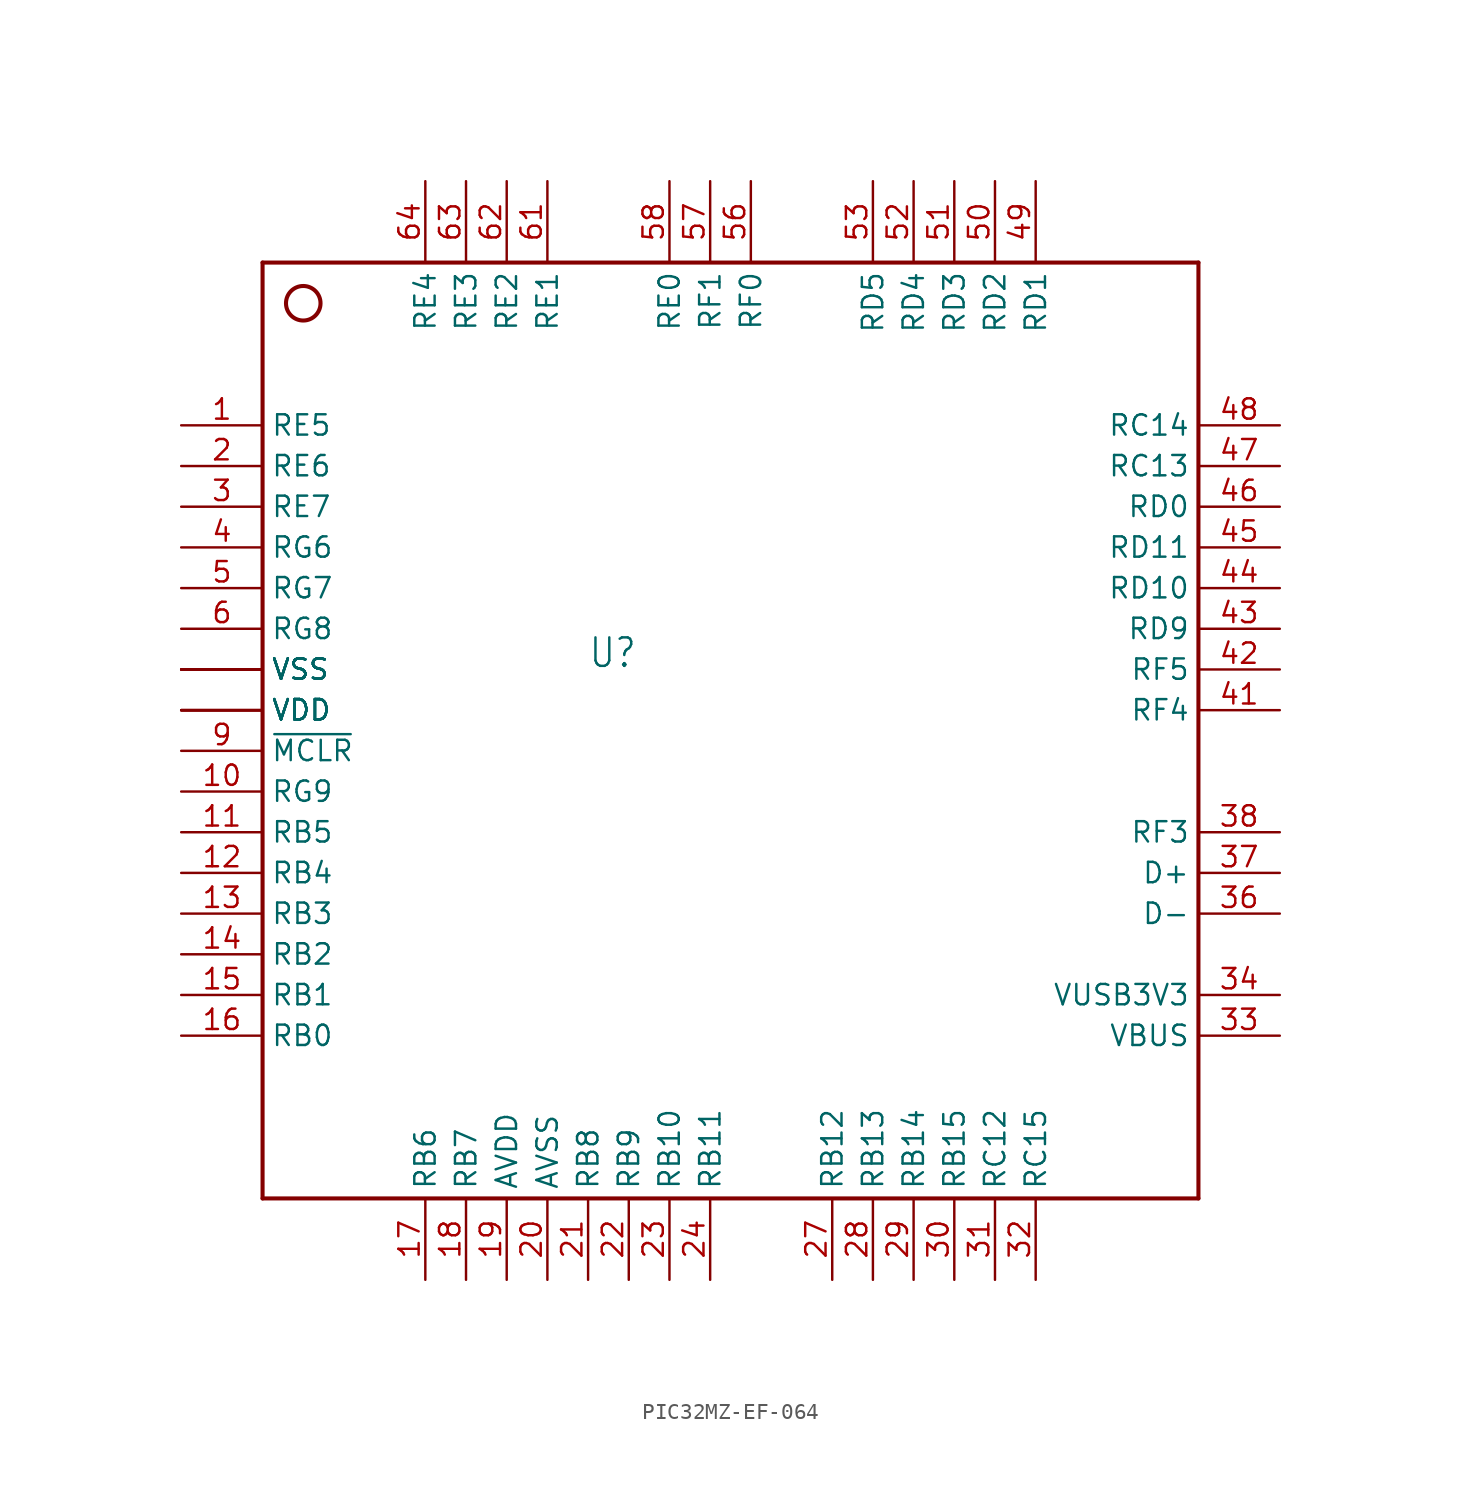
<source format=kicad_sym>
(kicad_symbol_lib
  (version 20231120)
  (generator "kicad_symbol_editor")
  (generator_version "8.0")
  (symbol "PIC32MZ-EF-064"
    (property "Reference" "U"
      (at -7.62 2.54 0)
      (effects (font (size 1.778 1.511)) (justify left bottom)))
    (property "Value" ""
      (at -7.62 -5.08 0)
      (effects (font (size 1.778 1.511)) (justify left bottom)))
    (property "ki_locked" ""
      (at 0 0 0)
      (effects (font (size 1.27 1.27))))
    (symbol "PIC32MZ-EF-064_1_0"
      (circle (center -25.4 25.4) (radius 1.078) (stroke (width 0.254) (type solid)) (fill (type none)))
      (polyline (pts (xy -27.94 -30.48) (xy 30.48 -30.48)) (stroke (width 0.254) (type solid)) (fill (type none)))
      (polyline (pts (xy -27.94 27.94) (xy -27.94 -30.48)) (stroke (width 0.254) (type solid)) (fill (type none)))
      (polyline (pts (xy 30.48 -30.48) (xy 30.48 27.94)) (stroke (width 0.254) (type solid)) (fill (type none)))
      (polyline (pts (xy 30.48 27.94) (xy -27.94 27.94)) (stroke (width 0.254) (type solid)) (fill (type none)))
      (pin bidirectional line (at -33.02 17.78 0) (length 5.08) (name "RE5" (effects (font (size 1.27 1.27)))) (number "1" (effects (font (size 1.27 1.27)))))
      (pin bidirectional line (at -33.02 -5.08 0) (length 5.08) (name "RG9" (effects (font (size 1.27 1.27)))) (number "10" (effects (font (size 1.27 1.27)))))
      (pin bidirectional line (at -33.02 -7.62 0) (length 5.08) (name "RB5" (effects (font (size 1.27 1.27)))) (number "11" (effects (font (size 1.27 1.27)))))
      (pin bidirectional line (at -33.02 -10.16 0) (length 5.08) (name "RB4" (effects (font (size 1.27 1.27)))) (number "12" (effects (font (size 1.27 1.27)))))
      (pin bidirectional line (at -33.02 -12.7 0) (length 5.08) (name "RB3" (effects (font (size 1.27 1.27)))) (number "13" (effects (font (size 1.27 1.27)))))
      (pin bidirectional line (at -33.02 -15.24 0) (length 5.08) (name "RB2" (effects (font (size 1.27 1.27)))) (number "14" (effects (font (size 1.27 1.27)))))
      (pin bidirectional line (at -33.02 -17.78 0) (length 5.08) (name "RB1" (effects (font (size 1.27 1.27)))) (number "15" (effects (font (size 1.27 1.27)))))
      (pin bidirectional line (at -33.02 -20.32 0) (length 5.08) (name "RB0" (effects (font (size 1.27 1.27)))) (number "16" (effects (font (size 1.27 1.27)))))
      (pin bidirectional line (at -17.78 -35.56 90) (length 5.08) (name "RB6" (effects (font (size 1.27 1.27)))) (number "17" (effects (font (size 1.27 1.27)))))
      (pin bidirectional line (at -15.24 -35.56 90) (length 5.08) (name "RB7" (effects (font (size 1.27 1.27)))) (number "18" (effects (font (size 1.27 1.27)))))
      (pin bidirectional line (at -12.7 -35.56 90) (length 5.08) (name "AVDD" (effects (font (size 1.27 1.27)))) (number "19" (effects (font (size 1.27 1.27)))))
      (pin bidirectional line (at -33.02 15.24 0) (length 5.08) (name "RE6" (effects (font (size 1.27 1.27)))) (number "2" (effects (font (size 1.27 1.27)))))
      (pin bidirectional line (at -10.16 -35.56 90) (length 5.08) (name "AVSS" (effects (font (size 1.27 1.27)))) (number "20" (effects (font (size 1.27 1.27)))))
      (pin bidirectional line (at -7.62 -35.56 90) (length 5.08) (name "RB8" (effects (font (size 1.27 1.27)))) (number "21" (effects (font (size 1.27 1.27)))))
      (pin bidirectional line (at -5.08 -35.56 90) (length 5.08) (name "RB9" (effects (font (size 1.27 1.27)))) (number "22" (effects (font (size 1.27 1.27)))))
      (pin bidirectional line (at -2.54 -35.56 90) (length 5.08) (name "RB10" (effects (font (size 1.27 1.27)))) (number "23" (effects (font (size 1.27 1.27)))))
      (pin bidirectional line (at 0 -35.56 90) (length 5.08) (name "RB11" (effects (font (size 1.27 1.27)))) (number "24" (effects (font (size 1.27 1.27)))))
      (pin bidirectional line (at -33.02 2.54 0) (length 5.08) (name "VSS" (effects (font (size 1.27 1.27)))) (number "25" (effects (font (size 0 0)))))
      (pin bidirectional line (at -33.02 0 0) (length 5.08) (name "VDD" (effects (font (size 1.27 1.27)))) (number "26" (effects (font (size 0 0)))))
      (pin bidirectional line (at 7.62 -35.56 90) (length 5.08) (name "RB12" (effects (font (size 1.27 1.27)))) (number "27" (effects (font (size 1.27 1.27)))))
      (pin bidirectional line (at 10.16 -35.56 90) (length 5.08) (name "RB13" (effects (font (size 1.27 1.27)))) (number "28" (effects (font (size 1.27 1.27)))))
      (pin bidirectional line (at 12.7 -35.56 90) (length 5.08) (name "RB14" (effects (font (size 1.27 1.27)))) (number "29" (effects (font (size 1.27 1.27)))))
      (pin bidirectional line (at -33.02 12.7 0) (length 5.08) (name "RE7" (effects (font (size 1.27 1.27)))) (number "3" (effects (font (size 1.27 1.27)))))
      (pin bidirectional line (at 15.24 -35.56 90) (length 5.08) (name "RB15" (effects (font (size 1.27 1.27)))) (number "30" (effects (font (size 1.27 1.27)))))
      (pin bidirectional line (at 17.78 -35.56 90) (length 5.08) (name "RC12" (effects (font (size 1.27 1.27)))) (number "31" (effects (font (size 1.27 1.27)))))
      (pin bidirectional line (at 20.32 -35.56 90) (length 5.08) (name "RC15" (effects (font (size 1.27 1.27)))) (number "32" (effects (font (size 1.27 1.27)))))
      (pin bidirectional line (at 35.56 -20.32 180) (length 5.08) (name "VBUS" (effects (font (size 1.27 1.27)))) (number "33" (effects (font (size 1.27 1.27)))))
      (pin bidirectional line (at 35.56 -17.78 180) (length 5.08) (name "VUSB3V3" (effects (font (size 1.27 1.27)))) (number "34" (effects (font (size 1.27 1.27)))))
      (pin bidirectional line (at -33.02 2.54 0) (length 5.08) (name "VSS" (effects (font (size 1.27 1.27)))) (number "35" (effects (font (size 0 0)))))
      (pin bidirectional line (at 35.56 -12.7 180) (length 5.08) (name "D-" (effects (font (size 1.27 1.27)))) (number "36" (effects (font (size 1.27 1.27)))))
      (pin bidirectional line (at 35.56 -10.16 180) (length 5.08) (name "D+" (effects (font (size 1.27 1.27)))) (number "37" (effects (font (size 1.27 1.27)))))
      (pin bidirectional line (at 35.56 -7.62 180) (length 5.08) (name "RF3" (effects (font (size 1.27 1.27)))) (number "38" (effects (font (size 1.27 1.27)))))
      (pin bidirectional line (at -33.02 0 0) (length 5.08) (name "VDD" (effects (font (size 1.27 1.27)))) (number "39" (effects (font (size 0 0)))))
      (pin bidirectional line (at -33.02 10.16 0) (length 5.08) (name "RG6" (effects (font (size 1.27 1.27)))) (number "4" (effects (font (size 1.27 1.27)))))
      (pin bidirectional line (at -33.02 2.54 0) (length 5.08) (name "VSS" (effects (font (size 1.27 1.27)))) (number "40" (effects (font (size 0 0)))))
      (pin bidirectional line (at 35.56 0 180) (length 5.08) (name "RF4" (effects (font (size 1.27 1.27)))) (number "41" (effects (font (size 1.27 1.27)))))
      (pin bidirectional line (at 35.56 2.54 180) (length 5.08) (name "RF5" (effects (font (size 1.27 1.27)))) (number "42" (effects (font (size 1.27 1.27)))))
      (pin bidirectional line (at 35.56 5.08 180) (length 5.08) (name "RD9" (effects (font (size 1.27 1.27)))) (number "43" (effects (font (size 1.27 1.27)))))
      (pin bidirectional line (at 35.56 7.62 180) (length 5.08) (name "RD10" (effects (font (size 1.27 1.27)))) (number "44" (effects (font (size 1.27 1.27)))))
      (pin bidirectional line (at 35.56 10.16 180) (length 5.08) (name "RD11" (effects (font (size 1.27 1.27)))) (number "45" (effects (font (size 1.27 1.27)))))
      (pin bidirectional line (at 35.56 12.7 180) (length 5.08) (name "RD0" (effects (font (size 1.27 1.27)))) (number "46" (effects (font (size 1.27 1.27)))))
      (pin bidirectional line (at 35.56 15.24 180) (length 5.08) (name "RC13" (effects (font (size 1.27 1.27)))) (number "47" (effects (font (size 1.27 1.27)))))
      (pin bidirectional line (at 35.56 17.78 180) (length 5.08) (name "RC14" (effects (font (size 1.27 1.27)))) (number "48" (effects (font (size 1.27 1.27)))))
      (pin bidirectional line (at 20.32 33.02 270) (length 5.08) (name "RD1" (effects (font (size 1.27 1.27)))) (number "49" (effects (font (size 1.27 1.27)))))
      (pin bidirectional line (at -33.02 7.62 0) (length 5.08) (name "RG7" (effects (font (size 1.27 1.27)))) (number "5" (effects (font (size 1.27 1.27)))))
      (pin bidirectional line (at 17.78 33.02 270) (length 5.08) (name "RD2" (effects (font (size 1.27 1.27)))) (number "50" (effects (font (size 1.27 1.27)))))
      (pin bidirectional line (at 15.24 33.02 270) (length 5.08) (name "RD3" (effects (font (size 1.27 1.27)))) (number "51" (effects (font (size 1.27 1.27)))))
      (pin bidirectional line (at 12.7 33.02 270) (length 5.08) (name "RD4" (effects (font (size 1.27 1.27)))) (number "52" (effects (font (size 1.27 1.27)))))
      (pin bidirectional line (at 10.16 33.02 270) (length 5.08) (name "RD5" (effects (font (size 1.27 1.27)))) (number "53" (effects (font (size 1.27 1.27)))))
      (pin bidirectional line (at -33.02 0 0) (length 5.08) (name "VDD" (effects (font (size 1.27 1.27)))) (number "54" (effects (font (size 0 0)))))
      (pin bidirectional line (at -33.02 2.54 0) (length 5.08) (name "VSS" (effects (font (size 1.27 1.27)))) (number "55" (effects (font (size 0 0)))))
      (pin bidirectional line (at 2.54 33.02 270) (length 5.08) (name "RF0" (effects (font (size 1.27 1.27)))) (number "56" (effects (font (size 1.27 1.27)))))
      (pin bidirectional line (at 0 33.02 270) (length 5.08) (name "RF1" (effects (font (size 1.27 1.27)))) (number "57" (effects (font (size 1.27 1.27)))))
      (pin bidirectional line (at -2.54 33.02 270) (length 5.08) (name "RE0" (effects (font (size 1.27 1.27)))) (number "58" (effects (font (size 1.27 1.27)))))
      (pin bidirectional line (at -33.02 2.54 0) (length 5.08) (name "VSS" (effects (font (size 1.27 1.27)))) (number "59" (effects (font (size 0 0)))))
      (pin bidirectional line (at -33.02 5.08 0) (length 5.08) (name "RG8" (effects (font (size 1.27 1.27)))) (number "6" (effects (font (size 1.27 1.27)))))
      (pin bidirectional line (at -33.02 0 0) (length 5.08) (name "VDD" (effects (font (size 1.27 1.27)))) (number "60" (effects (font (size 0 0)))))
      (pin bidirectional line (at -10.16 33.02 270) (length 5.08) (name "RE1" (effects (font (size 1.27 1.27)))) (number "61" (effects (font (size 1.27 1.27)))))
      (pin bidirectional line (at -12.7 33.02 270) (length 5.08) (name "RE2" (effects (font (size 1.27 1.27)))) (number "62" (effects (font (size 1.27 1.27)))))
      (pin bidirectional line (at -15.24 33.02 270) (length 5.08) (name "RE3" (effects (font (size 1.27 1.27)))) (number "63" (effects (font (size 1.27 1.27)))))
      (pin bidirectional line (at -17.78 33.02 270) (length 5.08) (name "RE4" (effects (font (size 1.27 1.27)))) (number "64" (effects (font (size 1.27 1.27)))))
      (pin bidirectional line (at -33.02 2.54 0) (length 5.08) (name "VSS" (effects (font (size 1.27 1.27)))) (number "7" (effects (font (size 0 0)))))
      (pin bidirectional line (at -33.02 0 0) (length 5.08) (name "VDD" (effects (font (size 1.27 1.27)))) (number "8" (effects (font (size 0 0)))))
      (pin bidirectional line (at -33.02 -2.54 0) (length 5.08) (name "~{MCLR}" (effects (font (size 1.27 1.27)))) (number "9" (effects (font (size 1.27 1.27))))))))
</source>
